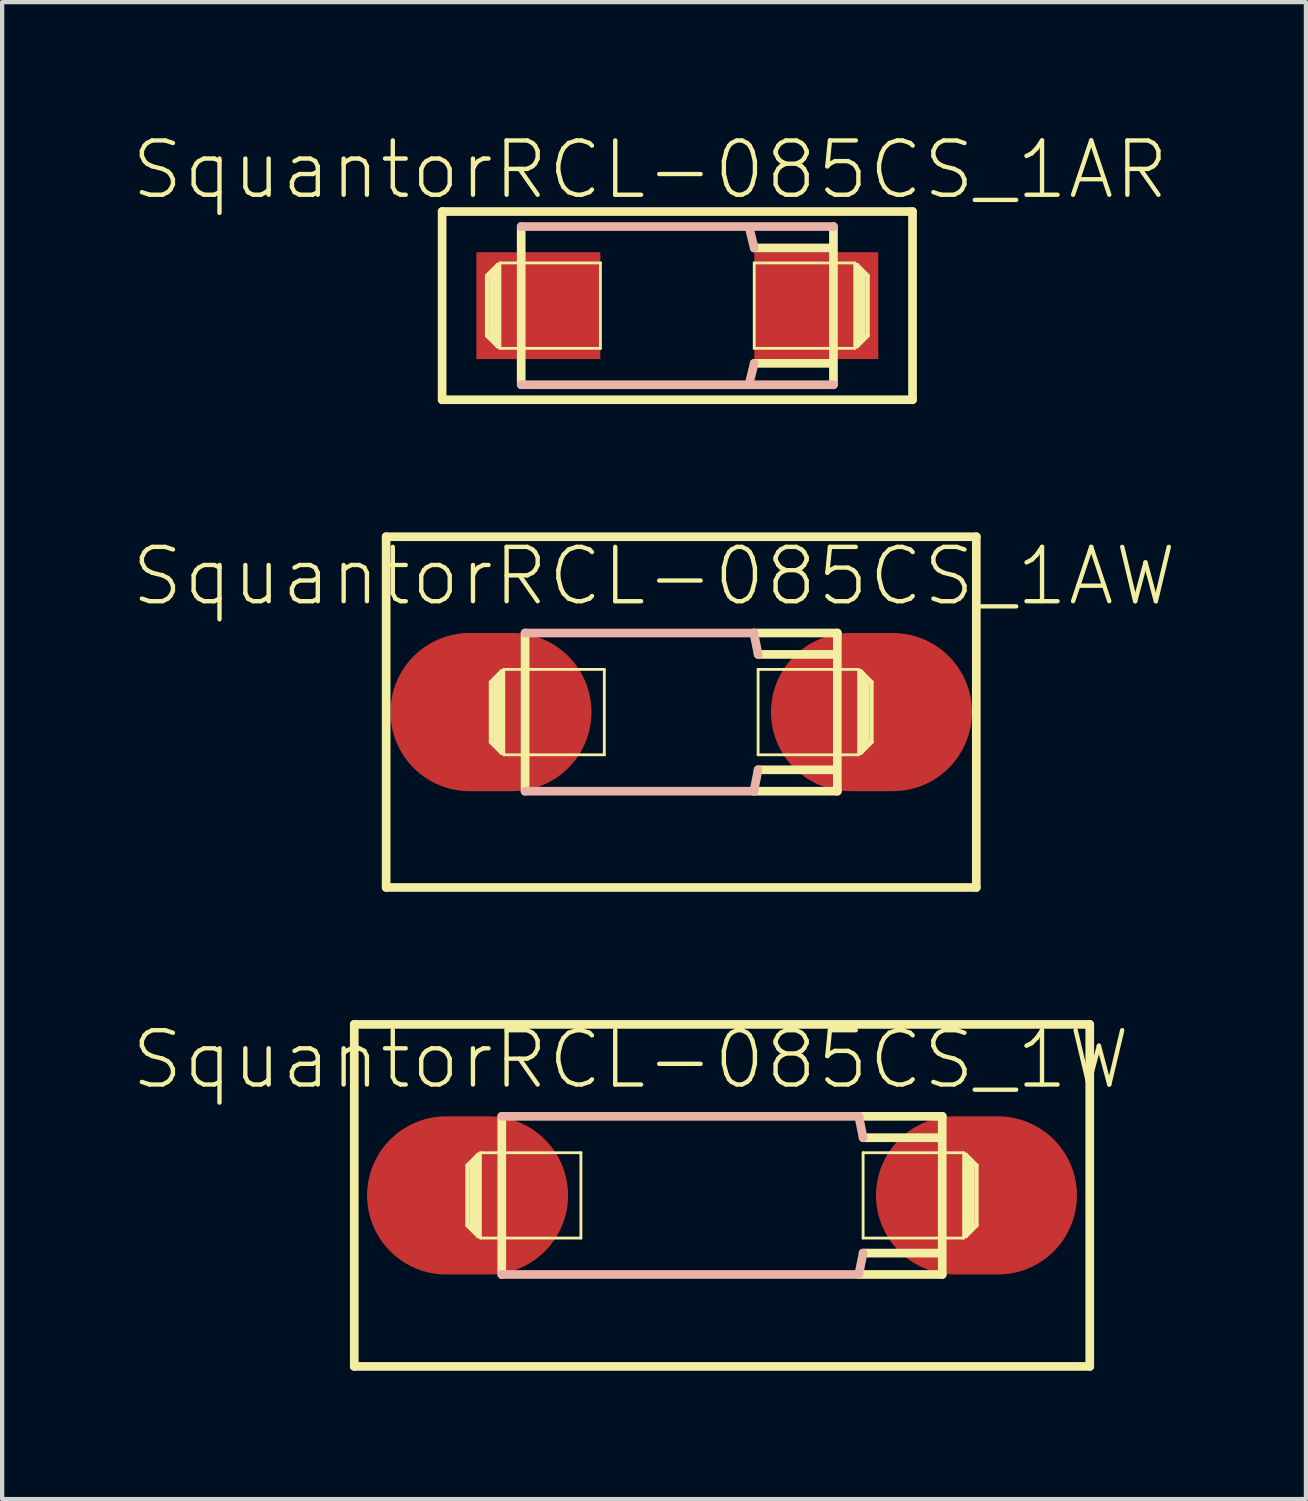
<source format=kicad_pcb>
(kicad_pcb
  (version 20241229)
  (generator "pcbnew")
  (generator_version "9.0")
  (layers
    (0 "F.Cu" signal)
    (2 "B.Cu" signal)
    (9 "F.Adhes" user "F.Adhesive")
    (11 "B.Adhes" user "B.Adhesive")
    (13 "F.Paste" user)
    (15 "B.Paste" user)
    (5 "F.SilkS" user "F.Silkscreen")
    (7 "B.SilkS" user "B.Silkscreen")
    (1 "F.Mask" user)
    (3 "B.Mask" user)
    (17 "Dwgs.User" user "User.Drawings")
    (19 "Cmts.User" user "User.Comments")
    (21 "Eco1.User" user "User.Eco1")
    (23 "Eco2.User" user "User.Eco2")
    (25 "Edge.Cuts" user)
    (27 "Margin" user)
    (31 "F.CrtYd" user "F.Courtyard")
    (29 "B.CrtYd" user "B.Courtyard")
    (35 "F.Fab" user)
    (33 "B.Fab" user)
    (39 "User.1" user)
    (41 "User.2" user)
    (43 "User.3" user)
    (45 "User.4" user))
  (footprint "SquantorRCL-085CS_1AR"
    (layer "F.Cu")
    (at 12.786 4.096)
    (property "Reference" "SquantorRCL-085CS_1AR" (at -0.635 -3.175 0) (layer "F.SilkS") (effects (font (size 1.27 1.27) (thickness 0.102))))
    (attr smd)
    (fp_line (start -5.499 -2.2) (end -5.499 2.2) (stroke (width 0.203) (type solid)) (layer "F.SilkS"))
    (fp_line (start -5.499 -2.2) (end 5.499 -2.2) (stroke (width 0.203) (type solid)) (layer "F.SilkS"))
    (fp_line (start -5.499 2.2) (end 5.499 2.2) (stroke (width 0.203) (type solid)) (layer "F.SilkS"))
    (fp_line (start -4.448 -0.699) (end -4.448 0.699) (stroke (width 0.102) (type solid)) (layer "F.SilkS"))
    (fp_line (start -4.448 0.699) (end -4.199 0.95) (stroke (width 0.102) (type solid)) (layer "F.SilkS"))
    (fp_line (start -4.298 -0.749) (end -4.298 0.749) (stroke (width 0.203) (type solid)) (layer "F.SilkS"))
    (fp_line (start -4.199 -0.95) (end -4.448 -0.699) (stroke (width 0.102) (type solid)) (layer "F.SilkS"))
    (fp_line (start -4.199 0.95) (end -4.199 -0.95) (stroke (width 0.102) (type solid)) (layer "F.SilkS"))
    (fp_line (start -4.148 -0.998) (end -1.798 -0.998) (stroke (width 0.066) (type solid)) (layer "F.SilkS"))
    (fp_line (start -4.148 0.998) (end -4.148 -0.998) (stroke (width 0.066) (type solid)) (layer "F.SilkS"))
    (fp_line (start -4.148 0.998) (end -1.798 0.998) (stroke (width 0.066) (type solid)) (layer "F.SilkS"))
    (fp_line (start -3.65 -1.849) (end -3.65 1.849) (stroke (width 0.203) (type solid)) (layer "F.SilkS"))
    (fp_line (start -1.798 0.998) (end -1.798 -0.998) (stroke (width 0.066) (type solid)) (layer "F.SilkS"))
    (fp_line (start 1.798 -0.998) (end 4.148 -0.998) (stroke (width 0.066) (type solid)) (layer "F.SilkS"))
    (fp_line (start 1.798 0.998) (end 1.798 -0.998) (stroke (width 0.066) (type solid)) (layer "F.SilkS"))
    (fp_line (start 1.798 0.998) (end 4.148 0.998) (stroke (width 0.066) (type solid)) (layer "F.SilkS"))
    (fp_line (start 3.548 -1.349) (end 1.798 -1.349) (stroke (width 0.203) (type solid)) (layer "F.SilkS"))
    (fp_line (start 3.599 1.349) (end 1.798 1.349) (stroke (width 0.203) (type solid)) (layer "F.SilkS"))
    (fp_line (start 3.65 1.849) (end 3.65 -1.849) (stroke (width 0.203) (type solid)) (layer "F.SilkS"))
    (fp_line (start 4.148 0.998) (end 4.148 -0.998) (stroke (width 0.066) (type solid)) (layer "F.SilkS"))
    (fp_line (start 4.199 -0.95) (end 4.199 0.95) (stroke (width 0.102) (type solid)) (layer "F.SilkS"))
    (fp_line (start 4.199 0.95) (end 4.448 0.699) (stroke (width 0.102) (type solid)) (layer "F.SilkS"))
    (fp_line (start 4.298 0.749) (end 4.298 -0.749) (stroke (width 0.203) (type solid)) (layer "F.SilkS"))
    (fp_line (start 4.448 -0.699) (end 4.199 -0.95) (stroke (width 0.102) (type solid)) (layer "F.SilkS"))
    (fp_line (start 4.448 0.699) (end 4.448 -0.699) (stroke (width 0.102) (type solid)) (layer "F.SilkS"))
    (fp_line (start 5.499 -2.2) (end 5.499 2.2) (stroke (width 0.203) (type solid)) (layer "F.SilkS"))
    (fp_line (start -3.65 1.849) (end 3.65 1.849) (stroke (width 0.203) (type solid)) (layer "B.SilkS"))
    (fp_line (start 1.798 -1.349) (end 1.699 -1.748) (stroke (width 0.203) (type solid)) (layer "B.SilkS"))
    (fp_line (start 1.798 1.349) (end 1.699 1.748) (stroke (width 0.203) (type solid)) (layer "B.SilkS"))
    (fp_line (start 3.65 -1.849) (end -3.65 -1.849) (stroke (width 0.203) (type solid)) (layer "B.SilkS"))
    (pad "+" smd rect (at 3.249 0) (size 2.898 2.499) (layers "F.Cu" "F.Mask" "F.Paste"))
    (pad "-" smd rect (at -3.249 0) (size 2.898 2.499) (layers "F.Cu" "F.Mask" "F.Paste")))
  (footprint "SquantorRCL-085CS_1AW"
    (layer "F.Cu")
    (at 12.877 13.599)
    (property "Reference" "SquantorRCL-085CS_1AW" (at -0.635 -3.175 0) (layer "F.SilkS") (effects (font (size 1.27 1.27) (thickness 0.102))))
    (attr smd)
    (fp_line (start -6.899 -4.1) (end -6.899 4.1) (stroke (width 0.203) (type solid)) (layer "F.SilkS"))
    (fp_line (start -6.899 -4.1) (end 6.899 -4.1) (stroke (width 0.203) (type solid)) (layer "F.SilkS"))
    (fp_line (start -6.899 4.1) (end 6.899 4.1) (stroke (width 0.203) (type solid)) (layer "F.SilkS"))
    (fp_line (start -4.448 -0.699) (end -4.448 0.699) (stroke (width 0.102) (type solid)) (layer "F.SilkS"))
    (fp_line (start -4.448 0.699) (end -4.199 0.95) (stroke (width 0.102) (type solid)) (layer "F.SilkS"))
    (fp_line (start -4.298 -0.749) (end -4.298 0.749) (stroke (width 0.203) (type solid)) (layer "F.SilkS"))
    (fp_line (start -4.199 -0.95) (end -4.448 -0.699) (stroke (width 0.102) (type solid)) (layer "F.SilkS"))
    (fp_line (start -4.199 0.95) (end -4.199 -0.95) (stroke (width 0.102) (type solid)) (layer "F.SilkS"))
    (fp_line (start -4.148 -0.998) (end -1.798 -0.998) (stroke (width 0.066) (type solid)) (layer "F.SilkS"))
    (fp_line (start -4.148 0.998) (end -4.148 -0.998) (stroke (width 0.066) (type solid)) (layer "F.SilkS"))
    (fp_line (start -4.148 0.998) (end -1.798 0.998) (stroke (width 0.066) (type solid)) (layer "F.SilkS"))
    (fp_line (start -3.65 -1.849) (end -3.65 1.849) (stroke (width 0.203) (type solid)) (layer "F.SilkS"))
    (fp_line (start -1.798 0.998) (end -1.798 -0.998) (stroke (width 0.066) (type solid)) (layer "F.SilkS"))
    (fp_line (start 1.699 1.849) (end 3.65 1.849) (stroke (width 0.203) (type solid)) (layer "F.SilkS"))
    (fp_line (start 1.798 -0.998) (end 4.148 -0.998) (stroke (width 0.066) (type solid)) (layer "F.SilkS"))
    (fp_line (start 1.798 0.998) (end 1.798 -0.998) (stroke (width 0.066) (type solid)) (layer "F.SilkS"))
    (fp_line (start 1.798 0.998) (end 4.148 0.998) (stroke (width 0.066) (type solid)) (layer "F.SilkS"))
    (fp_line (start 3.548 -1.349) (end 1.798 -1.349) (stroke (width 0.203) (type solid)) (layer "F.SilkS"))
    (fp_line (start 3.599 1.349) (end 1.798 1.349) (stroke (width 0.203) (type solid)) (layer "F.SilkS"))
    (fp_line (start 3.65 -1.849) (end 1.699 -1.849) (stroke (width 0.203) (type solid)) (layer "F.SilkS"))
    (fp_line (start 3.65 1.849) (end 3.65 -1.849) (stroke (width 0.203) (type solid)) (layer "F.SilkS"))
    (fp_line (start 4.148 0.998) (end 4.148 -0.998) (stroke (width 0.066) (type solid)) (layer "F.SilkS"))
    (fp_line (start 4.199 -0.95) (end 4.199 0.95) (stroke (width 0.102) (type solid)) (layer "F.SilkS"))
    (fp_line (start 4.199 0.95) (end 4.448 0.699) (stroke (width 0.102) (type solid)) (layer "F.SilkS"))
    (fp_line (start 4.298 0.749) (end 4.298 -0.749) (stroke (width 0.203) (type solid)) (layer "F.SilkS"))
    (fp_line (start 4.448 -0.699) (end 4.199 -0.95) (stroke (width 0.102) (type solid)) (layer "F.SilkS"))
    (fp_line (start 4.448 0.699) (end 4.448 -0.699) (stroke (width 0.102) (type solid)) (layer "F.SilkS"))
    (fp_line (start 6.899 -4.1) (end 6.899 4.1) (stroke (width 0.203) (type solid)) (layer "F.SilkS"))
    (fp_line (start -3.65 1.849) (end 1.699 1.849) (stroke (width 0.203) (type solid)) (layer "B.SilkS"))
    (fp_line (start 1.699 -1.849) (end -3.65 -1.849) (stroke (width 0.203) (type solid)) (layer "B.SilkS"))
    (fp_line (start 1.798 -1.349) (end 1.699 -1.849) (stroke (width 0.203) (type solid)) (layer "B.SilkS"))
    (fp_line (start 1.798 1.349) (end 1.699 1.849) (stroke (width 0.203) (type solid)) (layer "B.SilkS"))
    (pad "+" smd oval (at 4.448 0) (size 4.699 3.698) (layers "F.Cu" "F.Mask" "F.Paste"))
    (pad "-" smd oval (at -4.448 0) (size 4.699 3.698) (layers "F.Cu" "F.Mask" "F.Paste")))
  (footprint "SquantorRCL-085CS_1W"
    (layer "F.Cu")
    (at 13.831 24.899)
    (property "Reference" "SquantorRCL-085CS_1W" (at -2.134 -3.175 0) (layer "F.SilkS") (effects (font (size 1.27 1.27) (thickness 0.102))))
    (attr smd)
    (fp_line (start -8.598 -3.998) (end -8.598 3.998) (stroke (width 0.203) (type solid)) (layer "F.SilkS"))
    (fp_line (start -8.598 -3.998) (end 8.598 -3.998) (stroke (width 0.203) (type solid)) (layer "F.SilkS"))
    (fp_line (start -8.598 3.998) (end 8.598 3.998) (stroke (width 0.203) (type solid)) (layer "F.SilkS"))
    (fp_line (start -5.949 -0.699) (end -5.949 0.699) (stroke (width 0.102) (type solid)) (layer "F.SilkS"))
    (fp_line (start -5.949 0.699) (end -5.7 0.95) (stroke (width 0.102) (type solid)) (layer "F.SilkS"))
    (fp_line (start -5.799 -0.749) (end -5.799 0.749) (stroke (width 0.203) (type solid)) (layer "F.SilkS"))
    (fp_line (start -5.7 -0.95) (end -5.949 -0.699) (stroke (width 0.102) (type solid)) (layer "F.SilkS"))
    (fp_line (start -5.7 0.95) (end -5.7 -0.95) (stroke (width 0.102) (type solid)) (layer "F.SilkS"))
    (fp_line (start -5.649 -0.998) (end -3.299 -0.998) (stroke (width 0.066) (type solid)) (layer "F.SilkS"))
    (fp_line (start -5.649 0.998) (end -5.649 -0.998) (stroke (width 0.066) (type solid)) (layer "F.SilkS"))
    (fp_line (start -5.649 0.998) (end -3.299 0.998) (stroke (width 0.066) (type solid)) (layer "F.SilkS"))
    (fp_line (start -5.149 -1.849) (end -5.149 1.849) (stroke (width 0.203) (type solid)) (layer "F.SilkS"))
    (fp_line (start -3.299 0.998) (end -3.299 -0.998) (stroke (width 0.066) (type solid)) (layer "F.SilkS"))
    (fp_line (start 3.198 1.849) (end 5.149 1.849) (stroke (width 0.203) (type solid)) (layer "F.SilkS"))
    (fp_line (start 3.299 -0.998) (end 5.649 -0.998) (stroke (width 0.066) (type solid)) (layer "F.SilkS"))
    (fp_line (start 3.299 0.998) (end 3.299 -0.998) (stroke (width 0.066) (type solid)) (layer "F.SilkS"))
    (fp_line (start 3.299 0.998) (end 5.649 0.998) (stroke (width 0.066) (type solid)) (layer "F.SilkS"))
    (fp_line (start 5.05 -1.349) (end 3.299 -1.349) (stroke (width 0.203) (type solid)) (layer "F.SilkS"))
    (fp_line (start 5.098 1.349) (end 3.299 1.349) (stroke (width 0.203) (type solid)) (layer "F.SilkS"))
    (fp_line (start 5.149 -1.849) (end 3.198 -1.849) (stroke (width 0.203) (type solid)) (layer "F.SilkS"))
    (fp_line (start 5.149 1.849) (end 5.149 -1.849) (stroke (width 0.203) (type solid)) (layer "F.SilkS"))
    (fp_line (start 5.649 0.998) (end 5.649 -0.998) (stroke (width 0.066) (type solid)) (layer "F.SilkS"))
    (fp_line (start 5.7 -0.95) (end 5.7 0.95) (stroke (width 0.102) (type solid)) (layer "F.SilkS"))
    (fp_line (start 5.7 0.95) (end 5.949 0.699) (stroke (width 0.102) (type solid)) (layer "F.SilkS"))
    (fp_line (start 5.799 0.749) (end 5.799 -0.749) (stroke (width 0.203) (type solid)) (layer "F.SilkS"))
    (fp_line (start 5.949 -0.699) (end 5.7 -0.95) (stroke (width 0.102) (type solid)) (layer "F.SilkS"))
    (fp_line (start 5.949 0.699) (end 5.949 -0.699) (stroke (width 0.102) (type solid)) (layer "F.SilkS"))
    (fp_line (start 8.598 -3.998) (end 8.598 3.998) (stroke (width 0.203) (type solid)) (layer "F.SilkS"))
    (fp_line (start -5.149 1.849) (end 3.198 1.849) (stroke (width 0.203) (type solid)) (layer "B.SilkS"))
    (fp_line (start 3.198 -1.849) (end -5.149 -1.849) (stroke (width 0.203) (type solid)) (layer "B.SilkS"))
    (fp_line (start 3.299 -1.349) (end 3.198 -1.849) (stroke (width 0.203) (type solid)) (layer "B.SilkS"))
    (fp_line (start 3.299 1.349) (end 3.198 1.849) (stroke (width 0.203) (type solid)) (layer "B.SilkS"))
    (pad "+" smd oval (at 5.949 0) (size 4.699 3.698) (layers "F.Cu" "F.Mask" "F.Paste"))
    (pad "-" smd oval (at -5.949 0) (size 4.699 3.698) (layers "F.Cu" "F.Mask" "F.Paste")))
  (gr_rect
    (start -3 -3)
    (end 27.483 31.999)
    (stroke (width 0.1) (type default))
    (fill no)
    (layer "Edge.Cuts")))
</source>
